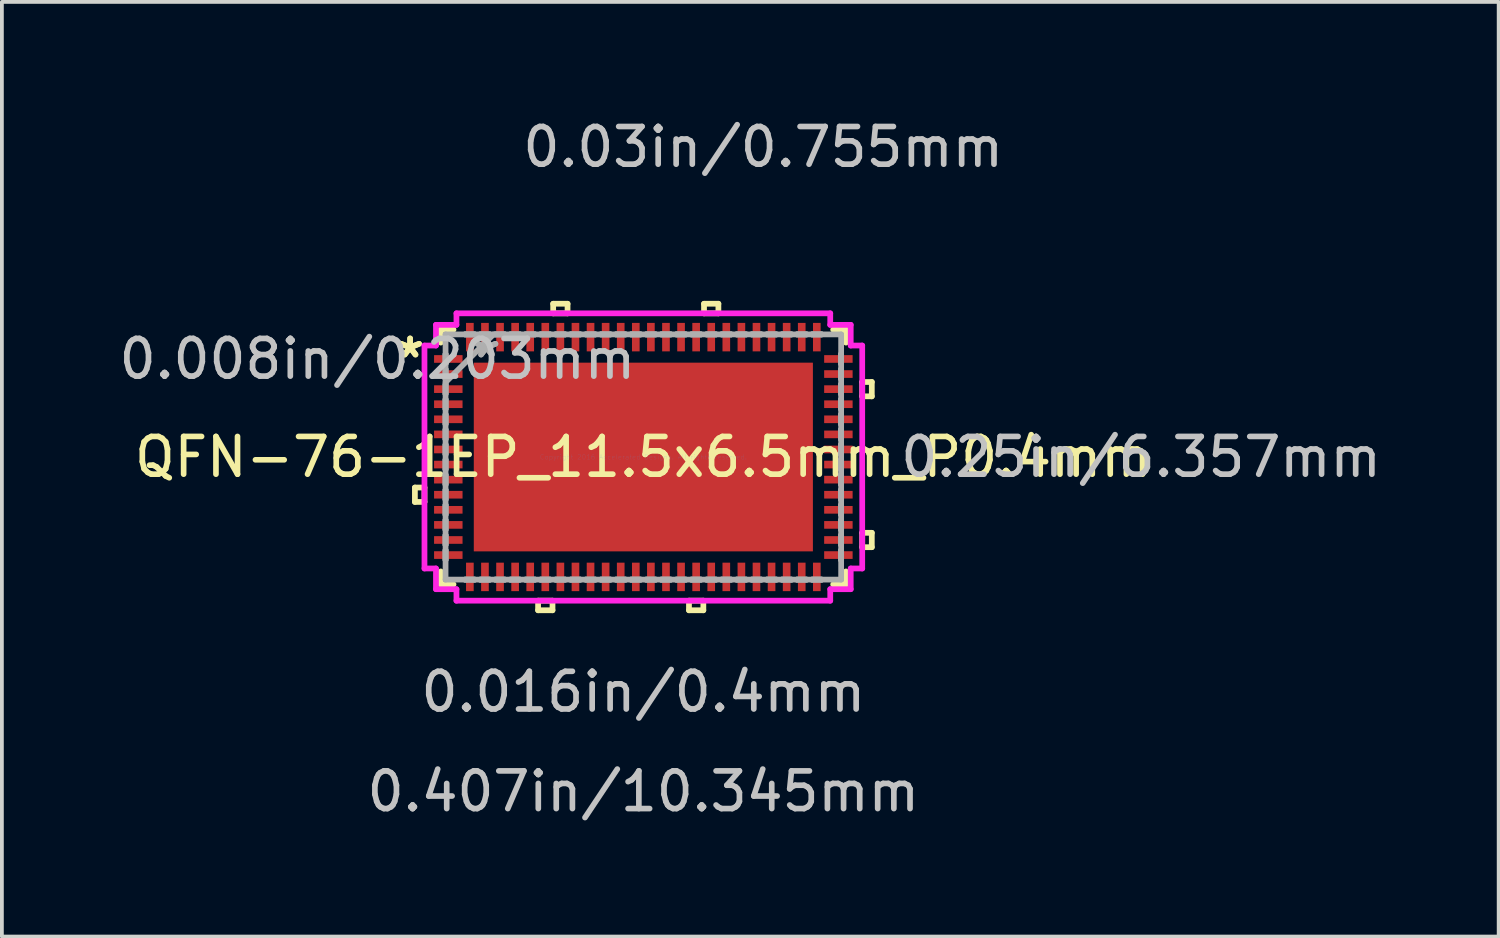
<source format=kicad_pcb>
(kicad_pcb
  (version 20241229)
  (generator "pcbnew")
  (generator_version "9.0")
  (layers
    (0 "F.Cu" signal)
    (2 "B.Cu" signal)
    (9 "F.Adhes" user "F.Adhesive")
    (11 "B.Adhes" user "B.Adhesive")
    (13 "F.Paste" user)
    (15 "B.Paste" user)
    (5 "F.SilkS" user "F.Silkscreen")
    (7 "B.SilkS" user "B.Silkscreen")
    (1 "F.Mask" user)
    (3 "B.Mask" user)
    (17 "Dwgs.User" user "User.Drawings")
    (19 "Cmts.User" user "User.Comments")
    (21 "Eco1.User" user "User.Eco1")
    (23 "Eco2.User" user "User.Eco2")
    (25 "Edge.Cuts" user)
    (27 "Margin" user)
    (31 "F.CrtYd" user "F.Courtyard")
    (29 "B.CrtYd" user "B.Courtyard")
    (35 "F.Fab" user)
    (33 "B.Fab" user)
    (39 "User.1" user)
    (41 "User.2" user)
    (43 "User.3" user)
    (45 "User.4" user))
  (footprint "QFN-76-1EP_11.5x6.5mm_P0.4mm"
    (layer "F.Cu")
    (at 14.01 9.069)
    (property "Reference" "QFN-76-1EP_11.5x6.5mm_P0.4mm" (at 0 0 0) (layer "F.SilkS") (effects (font (size 1 1) (thickness 0.15))))
    (attr smd)
    (fp_line (start -6.058 0.81) (end -6.058 1.191) (stroke (width 0.152) (type solid)) (layer "F.SilkS"))
    (fp_line (start -6.058 1.191) (end -5.804 1.191) (stroke (width 0.152) (type solid)) (layer "F.SilkS"))
    (fp_line (start -5.804 0.81) (end -6.058 0.81) (stroke (width 0.152) (type solid)) (layer "F.SilkS"))
    (fp_line (start -5.804 1.191) (end -5.804 0.81) (stroke (width 0.152) (type solid)) (layer "F.SilkS"))
    (fp_line (start -5.372 -3.378) (end -5.372 -3.034) (stroke (width 0.152) (type solid)) (layer "F.SilkS"))
    (fp_line (start -5.372 3.034) (end -5.372 3.378) (stroke (width 0.152) (type solid)) (layer "F.SilkS"))
    (fp_line (start -5.372 3.378) (end -5.034 3.378) (stroke (width 0.152) (type solid)) (layer "F.SilkS"))
    (fp_line (start -5.034 -3.378) (end -5.372 -3.378) (stroke (width 0.152) (type solid)) (layer "F.SilkS"))
    (fp_line (start -2.791 3.81) (end -2.791 4.064) (stroke (width 0.152) (type solid)) (layer "F.SilkS"))
    (fp_line (start -2.791 4.064) (end -2.409 4.064) (stroke (width 0.152) (type solid)) (layer "F.SilkS"))
    (fp_line (start -2.409 3.81) (end -2.791 3.81) (stroke (width 0.152) (type solid)) (layer "F.SilkS"))
    (fp_line (start -2.409 4.064) (end -2.409 3.81) (stroke (width 0.152) (type solid)) (layer "F.SilkS"))
    (fp_line (start -2.391 -4.064) (end -2.01 -4.064) (stroke (width 0.152) (type solid)) (layer "F.SilkS"))
    (fp_line (start -2.391 -3.81) (end -2.391 -4.064) (stroke (width 0.152) (type solid)) (layer "F.SilkS"))
    (fp_line (start -2.01 -4.064) (end -2.01 -3.81) (stroke (width 0.152) (type solid)) (layer "F.SilkS"))
    (fp_line (start -2.01 -3.81) (end -2.391 -3.81) (stroke (width 0.152) (type solid)) (layer "F.SilkS"))
    (fp_line (start 1.21 3.81) (end 1.21 4.064) (stroke (width 0.152) (type solid)) (layer "F.SilkS"))
    (fp_line (start 1.21 4.064) (end 1.591 4.064) (stroke (width 0.152) (type solid)) (layer "F.SilkS"))
    (fp_line (start 1.591 3.81) (end 1.21 3.81) (stroke (width 0.152) (type solid)) (layer "F.SilkS"))
    (fp_line (start 1.591 4.064) (end 1.591 3.81) (stroke (width 0.152) (type solid)) (layer "F.SilkS"))
    (fp_line (start 1.609 -4.064) (end 1.99 -4.064) (stroke (width 0.152) (type solid)) (layer "F.SilkS"))
    (fp_line (start 1.609 -3.81) (end 1.609 -4.064) (stroke (width 0.152) (type solid)) (layer "F.SilkS"))
    (fp_line (start 1.99 -4.064) (end 1.99 -3.81) (stroke (width 0.152) (type solid)) (layer "F.SilkS"))
    (fp_line (start 1.99 -3.81) (end 1.609 -3.81) (stroke (width 0.152) (type solid)) (layer "F.SilkS"))
    (fp_line (start 5.034 3.378) (end 5.372 3.378) (stroke (width 0.152) (type solid)) (layer "F.SilkS"))
    (fp_line (start 5.372 -3.378) (end 5.034 -3.378) (stroke (width 0.152) (type solid)) (layer "F.SilkS"))
    (fp_line (start 5.372 -3.034) (end 5.372 -3.378) (stroke (width 0.152) (type solid)) (layer "F.SilkS"))
    (fp_line (start 5.372 3.378) (end 5.372 3.034) (stroke (width 0.152) (type solid)) (layer "F.SilkS"))
    (fp_line (start 5.804 -1.99) (end 6.058 -1.99) (stroke (width 0.152) (type solid)) (layer "F.SilkS"))
    (fp_line (start 5.804 -1.609) (end 5.804 -1.99) (stroke (width 0.152) (type solid)) (layer "F.SilkS"))
    (fp_line (start 5.804 2.01) (end 6.058 2.01) (stroke (width 0.152) (type solid)) (layer "F.SilkS"))
    (fp_line (start 5.804 2.391) (end 5.804 2.01) (stroke (width 0.152) (type solid)) (layer "F.SilkS"))
    (fp_line (start 6.058 -1.99) (end 6.058 -1.609) (stroke (width 0.152) (type solid)) (layer "F.SilkS"))
    (fp_line (start 6.058 -1.609) (end 5.804 -1.609) (stroke (width 0.152) (type solid)) (layer "F.SilkS"))
    (fp_line (start 6.058 2.01) (end 6.058 2.391) (stroke (width 0.152) (type solid)) (layer "F.SilkS"))
    (fp_line (start 6.058 2.391) (end 5.804 2.391) (stroke (width 0.152) (type solid)) (layer "F.SilkS"))
    (fp_line (start -5.804 -2.956) (end -5.499 -2.956) (stroke (width 0.152) (type solid)) (layer "F.CrtYd"))
    (fp_line (start -5.804 2.956) (end -5.804 -2.956) (stroke (width 0.152) (type solid)) (layer "F.CrtYd"))
    (fp_line (start -5.499 -3.505) (end -4.956 -3.505) (stroke (width 0.152) (type solid)) (layer "F.CrtYd"))
    (fp_line (start -5.499 -2.956) (end -5.499 -3.505) (stroke (width 0.152) (type solid)) (layer "F.CrtYd"))
    (fp_line (start -5.499 2.956) (end -5.804 2.956) (stroke (width 0.152) (type solid)) (layer "F.CrtYd"))
    (fp_line (start -5.499 3.505) (end -5.499 2.956) (stroke (width 0.152) (type solid)) (layer "F.CrtYd"))
    (fp_line (start -4.956 -3.81) (end 4.956 -3.81) (stroke (width 0.152) (type solid)) (layer "F.CrtYd"))
    (fp_line (start -4.956 -3.505) (end -4.956 -3.81) (stroke (width 0.152) (type solid)) (layer "F.CrtYd"))
    (fp_line (start -4.956 3.505) (end -5.499 3.505) (stroke (width 0.152) (type solid)) (layer "F.CrtYd"))
    (fp_line (start -4.956 3.81) (end -4.956 3.505) (stroke (width 0.152) (type solid)) (layer "F.CrtYd"))
    (fp_line (start 4.956 -3.81) (end 4.956 -3.505) (stroke (width 0.152) (type solid)) (layer "F.CrtYd"))
    (fp_line (start 4.956 -3.505) (end 5.499 -3.505) (stroke (width 0.152) (type solid)) (layer "F.CrtYd"))
    (fp_line (start 4.956 3.505) (end 4.956 3.81) (stroke (width 0.152) (type solid)) (layer "F.CrtYd"))
    (fp_line (start 4.956 3.81) (end -4.956 3.81) (stroke (width 0.152) (type solid)) (layer "F.CrtYd"))
    (fp_line (start 5.499 -3.505) (end 5.499 -2.956) (stroke (width 0.152) (type solid)) (layer "F.CrtYd"))
    (fp_line (start 5.499 -2.956) (end 5.804 -2.956) (stroke (width 0.152) (type solid)) (layer "F.CrtYd"))
    (fp_line (start 5.499 2.956) (end 5.499 3.505) (stroke (width 0.152) (type solid)) (layer "F.CrtYd"))
    (fp_line (start 5.499 3.505) (end 4.956 3.505) (stroke (width 0.152) (type solid)) (layer "F.CrtYd"))
    (fp_line (start 5.804 -2.956) (end 5.804 2.956) (stroke (width 0.152) (type solid)) (layer "F.CrtYd"))
    (fp_line (start 5.804 2.956) (end 5.499 2.956) (stroke (width 0.152) (type solid)) (layer "F.CrtYd"))
    (fp_line (start -5.245 -3.251) (end -5.245 3.251) (stroke (width 0.152) (type solid)) (layer "F.Fab"))
    (fp_line (start -5.245 -2.727) (end -5.245 -2.727) (stroke (width 0.152) (type solid)) (layer "F.Fab"))
    (fp_line (start -5.245 -2.727) (end -5.245 -2.473) (stroke (width 0.152) (type solid)) (layer "F.Fab"))
    (fp_line (start -5.245 -2.473) (end -5.245 -2.727) (stroke (width 0.152) (type solid)) (layer "F.Fab"))
    (fp_line (start -5.245 -2.473) (end -5.245 -2.473) (stroke (width 0.152) (type solid)) (layer "F.Fab"))
    (fp_line (start -5.245 -2.327) (end -5.245 -2.327) (stroke (width 0.152) (type solid)) (layer "F.Fab"))
    (fp_line (start -5.245 -2.327) (end -5.245 -2.073) (stroke (width 0.152) (type solid)) (layer "F.Fab"))
    (fp_line (start -5.245 -2.073) (end -5.245 -2.327) (stroke (width 0.152) (type solid)) (layer "F.Fab"))
    (fp_line (start -5.245 -2.073) (end -5.245 -2.073) (stroke (width 0.152) (type solid)) (layer "F.Fab"))
    (fp_line (start -5.245 -1.981) (end -3.975 -3.251) (stroke (width 0.152) (type solid)) (layer "F.Fab"))
    (fp_line (start -5.245 -1.927) (end -5.245 -1.927) (stroke (width 0.152) (type solid)) (layer "F.Fab"))
    (fp_line (start -5.245 -1.927) (end -5.245 -1.673) (stroke (width 0.152) (type solid)) (layer "F.Fab"))
    (fp_line (start -5.245 -1.673) (end -5.245 -1.927) (stroke (width 0.152) (type solid)) (layer "F.Fab"))
    (fp_line (start -5.245 -1.673) (end -5.245 -1.673) (stroke (width 0.152) (type solid)) (layer "F.Fab"))
    (fp_line (start -5.245 -1.527) (end -5.245 -1.527) (stroke (width 0.152) (type solid)) (layer "F.Fab"))
    (fp_line (start -5.245 -1.527) (end -5.245 -1.273) (stroke (width 0.152) (type solid)) (layer "F.Fab"))
    (fp_line (start -5.245 -1.273) (end -5.245 -1.527) (stroke (width 0.152) (type solid)) (layer "F.Fab"))
    (fp_line (start -5.245 -1.273) (end -5.245 -1.273) (stroke (width 0.152) (type solid)) (layer "F.Fab"))
    (fp_line (start -5.245 -1.127) (end -5.245 -1.127) (stroke (width 0.152) (type solid)) (layer "F.Fab"))
    (fp_line (start -5.245 -1.127) (end -5.245 -0.873) (stroke (width 0.152) (type solid)) (layer "F.Fab"))
    (fp_line (start -5.245 -0.873) (end -5.245 -1.127) (stroke (width 0.152) (type solid)) (layer "F.Fab"))
    (fp_line (start -5.245 -0.873) (end -5.245 -0.873) (stroke (width 0.152) (type solid)) (layer "F.Fab"))
    (fp_line (start -5.245 -0.727) (end -5.245 -0.727) (stroke (width 0.152) (type solid)) (layer "F.Fab"))
    (fp_line (start -5.245 -0.727) (end -5.245 -0.473) (stroke (width 0.152) (type solid)) (layer "F.Fab"))
    (fp_line (start -5.245 -0.473) (end -5.245 -0.727) (stroke (width 0.152) (type solid)) (layer "F.Fab"))
    (fp_line (start -5.245 -0.473) (end -5.245 -0.473) (stroke (width 0.152) (type solid)) (layer "F.Fab"))
    (fp_line (start -5.245 -0.327) (end -5.245 -0.327) (stroke (width 0.152) (type solid)) (layer "F.Fab"))
    (fp_line (start -5.245 -0.327) (end -5.245 -0.073) (stroke (width 0.152) (type solid)) (layer "F.Fab"))
    (fp_line (start -5.245 -0.073) (end -5.245 -0.327) (stroke (width 0.152) (type solid)) (layer "F.Fab"))
    (fp_line (start -5.245 -0.073) (end -5.245 -0.073) (stroke (width 0.152) (type solid)) (layer "F.Fab"))
    (fp_line (start -5.245 0.073) (end -5.245 0.073) (stroke (width 0.152) (type solid)) (layer "F.Fab"))
    (fp_line (start -5.245 0.073) (end -5.245 0.327) (stroke (width 0.152) (type solid)) (layer "F.Fab"))
    (fp_line (start -5.245 0.327) (end -5.245 0.073) (stroke (width 0.152) (type solid)) (layer "F.Fab"))
    (fp_line (start -5.245 0.327) (end -5.245 0.327) (stroke (width 0.152) (type solid)) (layer "F.Fab"))
    (fp_line (start -5.245 0.473) (end -5.245 0.473) (stroke (width 0.152) (type solid)) (layer "F.Fab"))
    (fp_line (start -5.245 0.473) (end -5.245 0.727) (stroke (width 0.152) (type solid)) (layer "F.Fab"))
    (fp_line (start -5.245 0.727) (end -5.245 0.473) (stroke (width 0.152) (type solid)) (layer "F.Fab"))
    (fp_line (start -5.245 0.727) (end -5.245 0.727) (stroke (width 0.152) (type solid)) (layer "F.Fab"))
    (fp_line (start -5.245 0.873) (end -5.245 0.873) (stroke (width 0.152) (type solid)) (layer "F.Fab"))
    (fp_line (start -5.245 0.873) (end -5.245 1.127) (stroke (width 0.152) (type solid)) (layer "F.Fab"))
    (fp_line (start -5.245 1.127) (end -5.245 0.873) (stroke (width 0.152) (type solid)) (layer "F.Fab"))
    (fp_line (start -5.245 1.127) (end -5.245 1.127) (stroke (width 0.152) (type solid)) (layer "F.Fab"))
    (fp_line (start -5.245 1.273) (end -5.245 1.273) (stroke (width 0.152) (type solid)) (layer "F.Fab"))
    (fp_line (start -5.245 1.273) (end -5.245 1.527) (stroke (width 0.152) (type solid)) (layer "F.Fab"))
    (fp_line (start -5.245 1.527) (end -5.245 1.273) (stroke (width 0.152) (type solid)) (layer "F.Fab"))
    (fp_line (start -5.245 1.527) (end -5.245 1.527) (stroke (width 0.152) (type solid)) (layer "F.Fab"))
    (fp_line (start -5.245 1.673) (end -5.245 1.673) (stroke (width 0.152) (type solid)) (layer "F.Fab"))
    (fp_line (start -5.245 1.673) (end -5.245 1.927) (stroke (width 0.152) (type solid)) (layer "F.Fab"))
    (fp_line (start -5.245 1.927) (end -5.245 1.673) (stroke (width 0.152) (type solid)) (layer "F.Fab"))
    (fp_line (start -5.245 1.927) (end -5.245 1.927) (stroke (width 0.152) (type solid)) (layer "F.Fab"))
    (fp_line (start -5.245 2.073) (end -5.245 2.073) (stroke (width 0.152) (type solid)) (layer "F.Fab"))
    (fp_line (start -5.245 2.073) (end -5.245 2.327) (stroke (width 0.152) (type solid)) (layer "F.Fab"))
    (fp_line (start -5.245 2.327) (end -5.245 2.073) (stroke (width 0.152) (type solid)) (layer "F.Fab"))
    (fp_line (start -5.245 2.327) (end -5.245 2.327) (stroke (width 0.152) (type solid)) (layer "F.Fab"))
    (fp_line (start -5.245 2.473) (end -5.245 2.473) (stroke (width 0.152) (type solid)) (layer "F.Fab"))
    (fp_line (start -5.245 2.473) (end -5.245 2.727) (stroke (width 0.152) (type solid)) (layer "F.Fab"))
    (fp_line (start -5.245 2.727) (end -5.245 2.473) (stroke (width 0.152) (type solid)) (layer "F.Fab"))
    (fp_line (start -5.245 2.727) (end -5.245 2.727) (stroke (width 0.152) (type solid)) (layer "F.Fab"))
    (fp_line (start -5.245 3.251) (end 5.245 3.251) (stroke (width 0.152) (type solid)) (layer "F.Fab"))
    (fp_line (start -4.727 -3.251) (end -4.727 -3.251) (stroke (width 0.152) (type solid)) (layer "F.Fab"))
    (fp_line (start -4.727 -3.251) (end -4.473 -3.251) (stroke (width 0.152) (type solid)) (layer "F.Fab"))
    (fp_line (start -4.727 3.251) (end -4.727 3.251) (stroke (width 0.152) (type solid)) (layer "F.Fab"))
    (fp_line (start -4.727 3.251) (end -4.473 3.251) (stroke (width 0.152) (type solid)) (layer "F.Fab"))
    (fp_line (start -4.473 -3.251) (end -4.727 -3.251) (stroke (width 0.152) (type solid)) (layer "F.Fab"))
    (fp_line (start -4.473 -3.251) (end -4.473 -3.251) (stroke (width 0.152) (type solid)) (layer "F.Fab"))
    (fp_line (start -4.473 3.251) (end -4.727 3.251) (stroke (width 0.152) (type solid)) (layer "F.Fab"))
    (fp_line (start -4.473 3.251) (end -4.473 3.251) (stroke (width 0.152) (type solid)) (layer "F.Fab"))
    (fp_line (start -4.327 -3.251) (end -4.327 -3.251) (stroke (width 0.152) (type solid)) (layer "F.Fab"))
    (fp_line (start -4.327 -3.251) (end -4.073 -3.251) (stroke (width 0.152) (type solid)) (layer "F.Fab"))
    (fp_line (start -4.327 3.251) (end -4.327 3.251) (stroke (width 0.152) (type solid)) (layer "F.Fab"))
    (fp_line (start -4.327 3.251) (end -4.073 3.251) (stroke (width 0.152) (type solid)) (layer "F.Fab"))
    (fp_line (start -4.073 -3.251) (end -4.327 -3.251) (stroke (width 0.152) (type solid)) (layer "F.Fab"))
    (fp_line (start -4.073 -3.251) (end -4.073 -3.251) (stroke (width 0.152) (type solid)) (layer "F.Fab"))
    (fp_line (start -4.073 3.251) (end -4.327 3.251) (stroke (width 0.152) (type solid)) (layer "F.Fab"))
    (fp_line (start -4.073 3.251) (end -4.073 3.251) (stroke (width 0.152) (type solid)) (layer "F.Fab"))
    (fp_line (start -3.927 -3.251) (end -3.927 -3.251) (stroke (width 0.152) (type solid)) (layer "F.Fab"))
    (fp_line (start -3.927 -3.251) (end -3.673 -3.251) (stroke (width 0.152) (type solid)) (layer "F.Fab"))
    (fp_line (start -3.927 3.251) (end -3.927 3.251) (stroke (width 0.152) (type solid)) (layer "F.Fab"))
    (fp_line (start -3.927 3.251) (end -3.673 3.251) (stroke (width 0.152) (type solid)) (layer "F.Fab"))
    (fp_line (start -3.673 -3.251) (end -3.927 -3.251) (stroke (width 0.152) (type solid)) (layer "F.Fab"))
    (fp_line (start -3.673 -3.251) (end -3.673 -3.251) (stroke (width 0.152) (type solid)) (layer "F.Fab"))
    (fp_line (start -3.673 3.251) (end -3.927 3.251) (stroke (width 0.152) (type solid)) (layer "F.Fab"))
    (fp_line (start -3.673 3.251) (end -3.673 3.251) (stroke (width 0.152) (type solid)) (layer "F.Fab"))
    (fp_line (start -3.527 -3.251) (end -3.527 -3.251) (stroke (width 0.152) (type solid)) (layer "F.Fab"))
    (fp_line (start -3.527 -3.251) (end -3.273 -3.251) (stroke (width 0.152) (type solid)) (layer "F.Fab"))
    (fp_line (start -3.527 3.251) (end -3.527 3.251) (stroke (width 0.152) (type solid)) (layer "F.Fab"))
    (fp_line (start -3.527 3.251) (end -3.273 3.251) (stroke (width 0.152) (type solid)) (layer "F.Fab"))
    (fp_line (start -3.273 -3.251) (end -3.527 -3.251) (stroke (width 0.152) (type solid)) (layer "F.Fab"))
    (fp_line (start -3.273 -3.251) (end -3.273 -3.251) (stroke (width 0.152) (type solid)) (layer "F.Fab"))
    (fp_line (start -3.273 3.251) (end -3.527 3.251) (stroke (width 0.152) (type solid)) (layer "F.Fab"))
    (fp_line (start -3.273 3.251) (end -3.273 3.251) (stroke (width 0.152) (type solid)) (layer "F.Fab"))
    (fp_line (start -3.127 -3.251) (end -3.127 -3.251) (stroke (width 0.152) (type solid)) (layer "F.Fab"))
    (fp_line (start -3.127 -3.251) (end -2.873 -3.251) (stroke (width 0.152) (type solid)) (layer "F.Fab"))
    (fp_line (start -3.127 3.251) (end -3.127 3.251) (stroke (width 0.152) (type solid)) (layer "F.Fab"))
    (fp_line (start -3.127 3.251) (end -2.873 3.251) (stroke (width 0.152) (type solid)) (layer "F.Fab"))
    (fp_line (start -2.873 -3.251) (end -3.127 -3.251) (stroke (width 0.152) (type solid)) (layer "F.Fab"))
    (fp_line (start -2.873 -3.251) (end -2.873 -3.251) (stroke (width 0.152) (type solid)) (layer "F.Fab"))
    (fp_line (start -2.873 3.251) (end -3.127 3.251) (stroke (width 0.152) (type solid)) (layer "F.Fab"))
    (fp_line (start -2.873 3.251) (end -2.873 3.251) (stroke (width 0.152) (type solid)) (layer "F.Fab"))
    (fp_line (start -2.727 -3.251) (end -2.727 -3.251) (stroke (width 0.152) (type solid)) (layer "F.Fab"))
    (fp_line (start -2.727 -3.251) (end -2.473 -3.251) (stroke (width 0.152) (type solid)) (layer "F.Fab"))
    (fp_line (start -2.727 3.251) (end -2.727 3.251) (stroke (width 0.152) (type solid)) (layer "F.Fab"))
    (fp_line (start -2.727 3.251) (end -2.473 3.251) (stroke (width 0.152) (type solid)) (layer "F.Fab"))
    (fp_line (start -2.473 -3.251) (end -2.727 -3.251) (stroke (width 0.152) (type solid)) (layer "F.Fab"))
    (fp_line (start -2.473 -3.251) (end -2.473 -3.251) (stroke (width 0.152) (type solid)) (layer "F.Fab"))
    (fp_line (start -2.473 3.251) (end -2.727 3.251) (stroke (width 0.152) (type solid)) (layer "F.Fab"))
    (fp_line (start -2.473 3.251) (end -2.473 3.251) (stroke (width 0.152) (type solid)) (layer "F.Fab"))
    (fp_line (start -2.327 -3.251) (end -2.327 -3.251) (stroke (width 0.152) (type solid)) (layer "F.Fab"))
    (fp_line (start -2.327 -3.251) (end -2.073 -3.251) (stroke (width 0.152) (type solid)) (layer "F.Fab"))
    (fp_line (start -2.327 3.251) (end -2.327 3.251) (stroke (width 0.152) (type solid)) (layer "F.Fab"))
    (fp_line (start -2.327 3.251) (end -2.073 3.251) (stroke (width 0.152) (type solid)) (layer "F.Fab"))
    (fp_line (start -2.073 -3.251) (end -2.327 -3.251) (stroke (width 0.152) (type solid)) (layer "F.Fab"))
    (fp_line (start -2.073 -3.251) (end -2.073 -3.251) (stroke (width 0.152) (type solid)) (layer "F.Fab"))
    (fp_line (start -2.073 3.251) (end -2.327 3.251) (stroke (width 0.152) (type solid)) (layer "F.Fab"))
    (fp_line (start -2.073 3.251) (end -2.073 3.251) (stroke (width 0.152) (type solid)) (layer "F.Fab"))
    (fp_line (start -1.927 -3.251) (end -1.927 -3.251) (stroke (width 0.152) (type solid)) (layer "F.Fab"))
    (fp_line (start -1.927 -3.251) (end -1.673 -3.251) (stroke (width 0.152) (type solid)) (layer "F.Fab"))
    (fp_line (start -1.927 3.251) (end -1.927 3.251) (stroke (width 0.152) (type solid)) (layer "F.Fab"))
    (fp_line (start -1.927 3.251) (end -1.673 3.251) (stroke (width 0.152) (type solid)) (layer "F.Fab"))
    (fp_line (start -1.673 -3.251) (end -1.927 -3.251) (stroke (width 0.152) (type solid)) (layer "F.Fab"))
    (fp_line (start -1.673 -3.251) (end -1.673 -3.251) (stroke (width 0.152) (type solid)) (layer "F.Fab"))
    (fp_line (start -1.673 3.251) (end -1.927 3.251) (stroke (width 0.152) (type solid)) (layer "F.Fab"))
    (fp_line (start -1.673 3.251) (end -1.673 3.251) (stroke (width 0.152) (type solid)) (layer "F.Fab"))
    (fp_line (start -1.527 -3.251) (end -1.527 -3.251) (stroke (width 0.152) (type solid)) (layer "F.Fab"))
    (fp_line (start -1.527 -3.251) (end -1.273 -3.251) (stroke (width 0.152) (type solid)) (layer "F.Fab"))
    (fp_line (start -1.527 3.251) (end -1.527 3.251) (stroke (width 0.152) (type solid)) (layer "F.Fab"))
    (fp_line (start -1.527 3.251) (end -1.273 3.251) (stroke (width 0.152) (type solid)) (layer "F.Fab"))
    (fp_line (start -1.273 -3.251) (end -1.527 -3.251) (stroke (width 0.152) (type solid)) (layer "F.Fab"))
    (fp_line (start -1.273 -3.251) (end -1.273 -3.251) (stroke (width 0.152) (type solid)) (layer "F.Fab"))
    (fp_line (start -1.273 3.251) (end -1.527 3.251) (stroke (width 0.152) (type solid)) (layer "F.Fab"))
    (fp_line (start -1.273 3.251) (end -1.273 3.251) (stroke (width 0.152) (type solid)) (layer "F.Fab"))
    (fp_line (start -1.127 -3.251) (end -1.127 -3.251) (stroke (width 0.152) (type solid)) (layer "F.Fab"))
    (fp_line (start -1.127 -3.251) (end -0.873 -3.251) (stroke (width 0.152) (type solid)) (layer "F.Fab"))
    (fp_line (start -1.127 3.251) (end -1.127 3.251) (stroke (width 0.152) (type solid)) (layer "F.Fab"))
    (fp_line (start -1.127 3.251) (end -0.873 3.251) (stroke (width 0.152) (type solid)) (layer "F.Fab"))
    (fp_line (start -0.873 -3.251) (end -1.127 -3.251) (stroke (width 0.152) (type solid)) (layer "F.Fab"))
    (fp_line (start -0.873 -3.251) (end -0.873 -3.251) (stroke (width 0.152) (type solid)) (layer "F.Fab"))
    (fp_line (start -0.873 3.251) (end -1.127 3.251) (stroke (width 0.152) (type solid)) (layer "F.Fab"))
    (fp_line (start -0.873 3.251) (end -0.873 3.251) (stroke (width 0.152) (type solid)) (layer "F.Fab"))
    (fp_line (start -0.727 -3.251) (end -0.727 -3.251) (stroke (width 0.152) (type solid)) (layer "F.Fab"))
    (fp_line (start -0.727 -3.251) (end -0.473 -3.251) (stroke (width 0.152) (type solid)) (layer "F.Fab"))
    (fp_line (start -0.727 3.251) (end -0.727 3.251) (stroke (width 0.152) (type solid)) (layer "F.Fab"))
    (fp_line (start -0.727 3.251) (end -0.473 3.251) (stroke (width 0.152) (type solid)) (layer "F.Fab"))
    (fp_line (start -0.473 -3.251) (end -0.727 -3.251) (stroke (width 0.152) (type solid)) (layer "F.Fab"))
    (fp_line (start -0.473 -3.251) (end -0.473 -3.251) (stroke (width 0.152) (type solid)) (layer "F.Fab"))
    (fp_line (start -0.473 3.251) (end -0.727 3.251) (stroke (width 0.152) (type solid)) (layer "F.Fab"))
    (fp_line (start -0.473 3.251) (end -0.473 3.251) (stroke (width 0.152) (type solid)) (layer "F.Fab"))
    (fp_line (start -0.327 -3.251) (end -0.327 -3.251) (stroke (width 0.152) (type solid)) (layer "F.Fab"))
    (fp_line (start -0.327 -3.251) (end -0.073 -3.251) (stroke (width 0.152) (type solid)) (layer "F.Fab"))
    (fp_line (start -0.327 3.251) (end -0.327 3.251) (stroke (width 0.152) (type solid)) (layer "F.Fab"))
    (fp_line (start -0.327 3.251) (end -0.073 3.251) (stroke (width 0.152) (type solid)) (layer "F.Fab"))
    (fp_line (start -0.073 -3.251) (end -0.327 -3.251) (stroke (width 0.152) (type solid)) (layer "F.Fab"))
    (fp_line (start -0.073 -3.251) (end -0.073 -3.251) (stroke (width 0.152) (type solid)) (layer "F.Fab"))
    (fp_line (start -0.073 3.251) (end -0.327 3.251) (stroke (width 0.152) (type solid)) (layer "F.Fab"))
    (fp_line (start -0.073 3.251) (end -0.073 3.251) (stroke (width 0.152) (type solid)) (layer "F.Fab"))
    (fp_line (start 0.073 -3.251) (end 0.073 -3.251) (stroke (width 0.152) (type solid)) (layer "F.Fab"))
    (fp_line (start 0.073 -3.251) (end 0.327 -3.251) (stroke (width 0.152) (type solid)) (layer "F.Fab"))
    (fp_line (start 0.073 3.251) (end 0.073 3.251) (stroke (width 0.152) (type solid)) (layer "F.Fab"))
    (fp_line (start 0.073 3.251) (end 0.327 3.251) (stroke (width 0.152) (type solid)) (layer "F.Fab"))
    (fp_line (start 0.327 -3.251) (end 0.073 -3.251) (stroke (width 0.152) (type solid)) (layer "F.Fab"))
    (fp_line (start 0.327 -3.251) (end 0.327 -3.251) (stroke (width 0.152) (type solid)) (layer "F.Fab"))
    (fp_line (start 0.327 3.251) (end 0.073 3.251) (stroke (width 0.152) (type solid)) (layer "F.Fab"))
    (fp_line (start 0.327 3.251) (end 0.327 3.251) (stroke (width 0.152) (type solid)) (layer "F.Fab"))
    (fp_line (start 0.473 -3.251) (end 0.473 -3.251) (stroke (width 0.152) (type solid)) (layer "F.Fab"))
    (fp_line (start 0.473 -3.251) (end 0.727 -3.251) (stroke (width 0.152) (type solid)) (layer "F.Fab"))
    (fp_line (start 0.473 3.251) (end 0.473 3.251) (stroke (width 0.152) (type solid)) (layer "F.Fab"))
    (fp_line (start 0.473 3.251) (end 0.727 3.251) (stroke (width 0.152) (type solid)) (layer "F.Fab"))
    (fp_line (start 0.727 -3.251) (end 0.473 -3.251) (stroke (width 0.152) (type solid)) (layer "F.Fab"))
    (fp_line (start 0.727 -3.251) (end 0.727 -3.251) (stroke (width 0.152) (type solid)) (layer "F.Fab"))
    (fp_line (start 0.727 3.251) (end 0.473 3.251) (stroke (width 0.152) (type solid)) (layer "F.Fab"))
    (fp_line (start 0.727 3.251) (end 0.727 3.251) (stroke (width 0.152) (type solid)) (layer "F.Fab"))
    (fp_line (start 0.873 -3.251) (end 0.873 -3.251) (stroke (width 0.152) (type solid)) (layer "F.Fab"))
    (fp_line (start 0.873 -3.251) (end 1.127 -3.251) (stroke (width 0.152) (type solid)) (layer "F.Fab"))
    (fp_line (start 0.873 3.251) (end 0.873 3.251) (stroke (width 0.152) (type solid)) (layer "F.Fab"))
    (fp_line (start 0.873 3.251) (end 1.127 3.251) (stroke (width 0.152) (type solid)) (layer "F.Fab"))
    (fp_line (start 1.127 -3.251) (end 0.873 -3.251) (stroke (width 0.152) (type solid)) (layer "F.Fab"))
    (fp_line (start 1.127 -3.251) (end 1.127 -3.251) (stroke (width 0.152) (type solid)) (layer "F.Fab"))
    (fp_line (start 1.127 3.251) (end 0.873 3.251) (stroke (width 0.152) (type solid)) (layer "F.Fab"))
    (fp_line (start 1.127 3.251) (end 1.127 3.251) (stroke (width 0.152) (type solid)) (layer "F.Fab"))
    (fp_line (start 1.273 -3.251) (end 1.273 -3.251) (stroke (width 0.152) (type solid)) (layer "F.Fab"))
    (fp_line (start 1.273 -3.251) (end 1.527 -3.251) (stroke (width 0.152) (type solid)) (layer "F.Fab"))
    (fp_line (start 1.273 3.251) (end 1.273 3.251) (stroke (width 0.152) (type solid)) (layer "F.Fab"))
    (fp_line (start 1.273 3.251) (end 1.527 3.251) (stroke (width 0.152) (type solid)) (layer "F.Fab"))
    (fp_line (start 1.527 -3.251) (end 1.273 -3.251) (stroke (width 0.152) (type solid)) (layer "F.Fab"))
    (fp_line (start 1.527 -3.251) (end 1.527 -3.251) (stroke (width 0.152) (type solid)) (layer "F.Fab"))
    (fp_line (start 1.527 3.251) (end 1.273 3.251) (stroke (width 0.152) (type solid)) (layer "F.Fab"))
    (fp_line (start 1.527 3.251) (end 1.527 3.251) (stroke (width 0.152) (type solid)) (layer "F.Fab"))
    (fp_line (start 1.673 -3.251) (end 1.673 -3.251) (stroke (width 0.152) (type solid)) (layer "F.Fab"))
    (fp_line (start 1.673 -3.251) (end 1.927 -3.251) (stroke (width 0.152) (type solid)) (layer "F.Fab"))
    (fp_line (start 1.673 3.251) (end 1.673 3.251) (stroke (width 0.152) (type solid)) (layer "F.Fab"))
    (fp_line (start 1.673 3.251) (end 1.927 3.251) (stroke (width 0.152) (type solid)) (layer "F.Fab"))
    (fp_line (start 1.927 -3.251) (end 1.673 -3.251) (stroke (width 0.152) (type solid)) (layer "F.Fab"))
    (fp_line (start 1.927 -3.251) (end 1.927 -3.251) (stroke (width 0.152) (type solid)) (layer "F.Fab"))
    (fp_line (start 1.927 3.251) (end 1.673 3.251) (stroke (width 0.152) (type solid)) (layer "F.Fab"))
    (fp_line (start 1.927 3.251) (end 1.927 3.251) (stroke (width 0.152) (type solid)) (layer "F.Fab"))
    (fp_line (start 2.073 -3.251) (end 2.073 -3.251) (stroke (width 0.152) (type solid)) (layer "F.Fab"))
    (fp_line (start 2.073 -3.251) (end 2.327 -3.251) (stroke (width 0.152) (type solid)) (layer "F.Fab"))
    (fp_line (start 2.073 3.251) (end 2.073 3.251) (stroke (width 0.152) (type solid)) (layer "F.Fab"))
    (fp_line (start 2.073 3.251) (end 2.327 3.251) (stroke (width 0.152) (type solid)) (layer "F.Fab"))
    (fp_line (start 2.327 -3.251) (end 2.073 -3.251) (stroke (width 0.152) (type solid)) (layer "F.Fab"))
    (fp_line (start 2.327 -3.251) (end 2.327 -3.251) (stroke (width 0.152) (type solid)) (layer "F.Fab"))
    (fp_line (start 2.327 3.251) (end 2.073 3.251) (stroke (width 0.152) (type solid)) (layer "F.Fab"))
    (fp_line (start 2.327 3.251) (end 2.327 3.251) (stroke (width 0.152) (type solid)) (layer "F.Fab"))
    (fp_line (start 2.473 -3.251) (end 2.473 -3.251) (stroke (width 0.152) (type solid)) (layer "F.Fab"))
    (fp_line (start 2.473 -3.251) (end 2.727 -3.251) (stroke (width 0.152) (type solid)) (layer "F.Fab"))
    (fp_line (start 2.473 3.251) (end 2.473 3.251) (stroke (width 0.152) (type solid)) (layer "F.Fab"))
    (fp_line (start 2.473 3.251) (end 2.727 3.251) (stroke (width 0.152) (type solid)) (layer "F.Fab"))
    (fp_line (start 2.727 -3.251) (end 2.473 -3.251) (stroke (width 0.152) (type solid)) (layer "F.Fab"))
    (fp_line (start 2.727 -3.251) (end 2.727 -3.251) (stroke (width 0.152) (type solid)) (layer "F.Fab"))
    (fp_line (start 2.727 3.251) (end 2.473 3.251) (stroke (width 0.152) (type solid)) (layer "F.Fab"))
    (fp_line (start 2.727 3.251) (end 2.727 3.251) (stroke (width 0.152) (type solid)) (layer "F.Fab"))
    (fp_line (start 2.873 -3.251) (end 2.873 -3.251) (stroke (width 0.152) (type solid)) (layer "F.Fab"))
    (fp_line (start 2.873 -3.251) (end 3.127 -3.251) (stroke (width 0.152) (type solid)) (layer "F.Fab"))
    (fp_line (start 2.873 3.251) (end 2.873 3.251) (stroke (width 0.152) (type solid)) (layer "F.Fab"))
    (fp_line (start 2.873 3.251) (end 3.127 3.251) (stroke (width 0.152) (type solid)) (layer "F.Fab"))
    (fp_line (start 3.127 -3.251) (end 2.873 -3.251) (stroke (width 0.152) (type solid)) (layer "F.Fab"))
    (fp_line (start 3.127 -3.251) (end 3.127 -3.251) (stroke (width 0.152) (type solid)) (layer "F.Fab"))
    (fp_line (start 3.127 3.251) (end 2.873 3.251) (stroke (width 0.152) (type solid)) (layer "F.Fab"))
    (fp_line (start 3.127 3.251) (end 3.127 3.251) (stroke (width 0.152) (type solid)) (layer "F.Fab"))
    (fp_line (start 3.273 -3.251) (end 3.273 -3.251) (stroke (width 0.152) (type solid)) (layer "F.Fab"))
    (fp_line (start 3.273 -3.251) (end 3.527 -3.251) (stroke (width 0.152) (type solid)) (layer "F.Fab"))
    (fp_line (start 3.273 3.251) (end 3.273 3.251) (stroke (width 0.152) (type solid)) (layer "F.Fab"))
    (fp_line (start 3.273 3.251) (end 3.527 3.251) (stroke (width 0.152) (type solid)) (layer "F.Fab"))
    (fp_line (start 3.527 -3.251) (end 3.273 -3.251) (stroke (width 0.152) (type solid)) (layer "F.Fab"))
    (fp_line (start 3.527 -3.251) (end 3.527 -3.251) (stroke (width 0.152) (type solid)) (layer "F.Fab"))
    (fp_line (start 3.527 3.251) (end 3.273 3.251) (stroke (width 0.152) (type solid)) (layer "F.Fab"))
    (fp_line (start 3.527 3.251) (end 3.527 3.251) (stroke (width 0.152) (type solid)) (layer "F.Fab"))
    (fp_line (start 3.673 -3.251) (end 3.673 -3.251) (stroke (width 0.152) (type solid)) (layer "F.Fab"))
    (fp_line (start 3.673 -3.251) (end 3.927 -3.251) (stroke (width 0.152) (type solid)) (layer "F.Fab"))
    (fp_line (start 3.673 3.251) (end 3.673 3.251) (stroke (width 0.152) (type solid)) (layer "F.Fab"))
    (fp_line (start 3.673 3.251) (end 3.927 3.251) (stroke (width 0.152) (type solid)) (layer "F.Fab"))
    (fp_line (start 3.927 -3.251) (end 3.673 -3.251) (stroke (width 0.152) (type solid)) (layer "F.Fab"))
    (fp_line (start 3.927 -3.251) (end 3.927 -3.251) (stroke (width 0.152) (type solid)) (layer "F.Fab"))
    (fp_line (start 3.927 3.251) (end 3.673 3.251) (stroke (width 0.152) (type solid)) (layer "F.Fab"))
    (fp_line (start 3.927 3.251) (end 3.927 3.251) (stroke (width 0.152) (type solid)) (layer "F.Fab"))
    (fp_line (start 4.073 -3.251) (end 4.073 -3.251) (stroke (width 0.152) (type solid)) (layer "F.Fab"))
    (fp_line (start 4.073 -3.251) (end 4.327 -3.251) (stroke (width 0.152) (type solid)) (layer "F.Fab"))
    (fp_line (start 4.073 3.251) (end 4.073 3.251) (stroke (width 0.152) (type solid)) (layer "F.Fab"))
    (fp_line (start 4.073 3.251) (end 4.327 3.251) (stroke (width 0.152) (type solid)) (layer "F.Fab"))
    (fp_line (start 4.327 -3.251) (end 4.073 -3.251) (stroke (width 0.152) (type solid)) (layer "F.Fab"))
    (fp_line (start 4.327 -3.251) (end 4.327 -3.251) (stroke (width 0.152) (type solid)) (layer "F.Fab"))
    (fp_line (start 4.327 3.251) (end 4.073 3.251) (stroke (width 0.152) (type solid)) (layer "F.Fab"))
    (fp_line (start 4.327 3.251) (end 4.327 3.251) (stroke (width 0.152) (type solid)) (layer "F.Fab"))
    (fp_line (start 4.473 -3.251) (end 4.473 -3.251) (stroke (width 0.152) (type solid)) (layer "F.Fab"))
    (fp_line (start 4.473 -3.251) (end 4.727 -3.251) (stroke (width 0.152) (type solid)) (layer "F.Fab"))
    (fp_line (start 4.473 3.251) (end 4.473 3.251) (stroke (width 0.152) (type solid)) (layer "F.Fab"))
    (fp_line (start 4.473 3.251) (end 4.727 3.251) (stroke (width 0.152) (type solid)) (layer "F.Fab"))
    (fp_line (start 4.727 -3.251) (end 4.473 -3.251) (stroke (width 0.152) (type solid)) (layer "F.Fab"))
    (fp_line (start 4.727 -3.251) (end 4.727 -3.251) (stroke (width 0.152) (type solid)) (layer "F.Fab"))
    (fp_line (start 4.727 3.251) (end 4.473 3.251) (stroke (width 0.152) (type solid)) (layer "F.Fab"))
    (fp_line (start 4.727 3.251) (end 4.727 3.251) (stroke (width 0.152) (type solid)) (layer "F.Fab"))
    (fp_line (start 5.245 -3.251) (end -5.245 -3.251) (stroke (width 0.152) (type solid)) (layer "F.Fab"))
    (fp_line (start 5.245 -2.727) (end 5.245 -2.727) (stroke (width 0.152) (type solid)) (layer "F.Fab"))
    (fp_line (start 5.245 -2.727) (end 5.245 -2.473) (stroke (width 0.152) (type solid)) (layer "F.Fab"))
    (fp_line (start 5.245 -2.473) (end 5.245 -2.727) (stroke (width 0.152) (type solid)) (layer "F.Fab"))
    (fp_line (start 5.245 -2.473) (end 5.245 -2.473) (stroke (width 0.152) (type solid)) (layer "F.Fab"))
    (fp_line (start 5.245 -2.327) (end 5.245 -2.327) (stroke (width 0.152) (type solid)) (layer "F.Fab"))
    (fp_line (start 5.245 -2.327) (end 5.245 -2.073) (stroke (width 0.152) (type solid)) (layer "F.Fab"))
    (fp_line (start 5.245 -2.073) (end 5.245 -2.327) (stroke (width 0.152) (type solid)) (layer "F.Fab"))
    (fp_line (start 5.245 -2.073) (end 5.245 -2.073) (stroke (width 0.152) (type solid)) (layer "F.Fab"))
    (fp_line (start 5.245 -1.927) (end 5.245 -1.927) (stroke (width 0.152) (type solid)) (layer "F.Fab"))
    (fp_line (start 5.245 -1.927) (end 5.245 -1.673) (stroke (width 0.152) (type solid)) (layer "F.Fab"))
    (fp_line (start 5.245 -1.673) (end 5.245 -1.927) (stroke (width 0.152) (type solid)) (layer "F.Fab"))
    (fp_line (start 5.245 -1.673) (end 5.245 -1.673) (stroke (width 0.152) (type solid)) (layer "F.Fab"))
    (fp_line (start 5.245 -1.527) (end 5.245 -1.527) (stroke (width 0.152) (type solid)) (layer "F.Fab"))
    (fp_line (start 5.245 -1.527) (end 5.245 -1.273) (stroke (width 0.152) (type solid)) (layer "F.Fab"))
    (fp_line (start 5.245 -1.273) (end 5.245 -1.527) (stroke (width 0.152) (type solid)) (layer "F.Fab"))
    (fp_line (start 5.245 -1.273) (end 5.245 -1.273) (stroke (width 0.152) (type solid)) (layer "F.Fab"))
    (fp_line (start 5.245 -1.127) (end 5.245 -1.127) (stroke (width 0.152) (type solid)) (layer "F.Fab"))
    (fp_line (start 5.245 -1.127) (end 5.245 -0.873) (stroke (width 0.152) (type solid)) (layer "F.Fab"))
    (fp_line (start 5.245 -0.873) (end 5.245 -1.127) (stroke (width 0.152) (type solid)) (layer "F.Fab"))
    (fp_line (start 5.245 -0.873) (end 5.245 -0.873) (stroke (width 0.152) (type solid)) (layer "F.Fab"))
    (fp_line (start 5.245 -0.727) (end 5.245 -0.727) (stroke (width 0.152) (type solid)) (layer "F.Fab"))
    (fp_line (start 5.245 -0.727) (end 5.245 -0.473) (stroke (width 0.152) (type solid)) (layer "F.Fab"))
    (fp_line (start 5.245 -0.473) (end 5.245 -0.727) (stroke (width 0.152) (type solid)) (layer "F.Fab"))
    (fp_line (start 5.245 -0.473) (end 5.245 -0.473) (stroke (width 0.152) (type solid)) (layer "F.Fab"))
    (fp_line (start 5.245 -0.327) (end 5.245 -0.327) (stroke (width 0.152) (type solid)) (layer "F.Fab"))
    (fp_line (start 5.245 -0.327) (end 5.245 -0.073) (stroke (width 0.152) (type solid)) (layer "F.Fab"))
    (fp_line (start 5.245 -0.073) (end 5.245 -0.327) (stroke (width 0.152) (type solid)) (layer "F.Fab"))
    (fp_line (start 5.245 -0.073) (end 5.245 -0.073) (stroke (width 0.152) (type solid)) (layer "F.Fab"))
    (fp_line (start 5.245 0.073) (end 5.245 0.073) (stroke (width 0.152) (type solid)) (layer "F.Fab"))
    (fp_line (start 5.245 0.073) (end 5.245 0.327) (stroke (width 0.152) (type solid)) (layer "F.Fab"))
    (fp_line (start 5.245 0.327) (end 5.245 0.073) (stroke (width 0.152) (type solid)) (layer "F.Fab"))
    (fp_line (start 5.245 0.327) (end 5.245 0.327) (stroke (width 0.152) (type solid)) (layer "F.Fab"))
    (fp_line (start 5.245 0.473) (end 5.245 0.473) (stroke (width 0.152) (type solid)) (layer "F.Fab"))
    (fp_line (start 5.245 0.473) (end 5.245 0.727) (stroke (width 0.152) (type solid)) (layer "F.Fab"))
    (fp_line (start 5.245 0.727) (end 5.245 0.473) (stroke (width 0.152) (type solid)) (layer "F.Fab"))
    (fp_line (start 5.245 0.727) (end 5.245 0.727) (stroke (width 0.152) (type solid)) (layer "F.Fab"))
    (fp_line (start 5.245 0.873) (end 5.245 0.873) (stroke (width 0.152) (type solid)) (layer "F.Fab"))
    (fp_line (start 5.245 0.873) (end 5.245 1.127) (stroke (width 0.152) (type solid)) (layer "F.Fab"))
    (fp_line (start 5.245 1.127) (end 5.245 0.873) (stroke (width 0.152) (type solid)) (layer "F.Fab"))
    (fp_line (start 5.245 1.127) (end 5.245 1.127) (stroke (width 0.152) (type solid)) (layer "F.Fab"))
    (fp_line (start 5.245 1.273) (end 5.245 1.273) (stroke (width 0.152) (type solid)) (layer "F.Fab"))
    (fp_line (start 5.245 1.273) (end 5.245 1.527) (stroke (width 0.152) (type solid)) (layer "F.Fab"))
    (fp_line (start 5.245 1.527) (end 5.245 1.273) (stroke (width 0.152) (type solid)) (layer "F.Fab"))
    (fp_line (start 5.245 1.527) (end 5.245 1.527) (stroke (width 0.152) (type solid)) (layer "F.Fab"))
    (fp_line (start 5.245 1.673) (end 5.245 1.673) (stroke (width 0.152) (type solid)) (layer "F.Fab"))
    (fp_line (start 5.245 1.673) (end 5.245 1.927) (stroke (width 0.152) (type solid)) (layer "F.Fab"))
    (fp_line (start 5.245 1.927) (end 5.245 1.673) (stroke (width 0.152) (type solid)) (layer "F.Fab"))
    (fp_line (start 5.245 1.927) (end 5.245 1.927) (stroke (width 0.152) (type solid)) (layer "F.Fab"))
    (fp_line (start 5.245 2.073) (end 5.245 2.073) (stroke (width 0.152) (type solid)) (layer "F.Fab"))
    (fp_line (start 5.245 2.073) (end 5.245 2.327) (stroke (width 0.152) (type solid)) (layer "F.Fab"))
    (fp_line (start 5.245 2.327) (end 5.245 2.073) (stroke (width 0.152) (type solid)) (layer "F.Fab"))
    (fp_line (start 5.245 2.327) (end 5.245 2.327) (stroke (width 0.152) (type solid)) (layer "F.Fab"))
    (fp_line (start 5.245 2.473) (end 5.245 2.473) (stroke (width 0.152) (type solid)) (layer "F.Fab"))
    (fp_line (start 5.245 2.473) (end 5.245 2.727) (stroke (width 0.152) (type solid)) (layer "F.Fab"))
    (fp_line (start 5.245 2.727) (end 5.245 2.473) (stroke (width 0.152) (type solid)) (layer "F.Fab"))
    (fp_line (start 5.245 2.727) (end 5.245 2.727) (stroke (width 0.152) (type solid)) (layer "F.Fab"))
    (fp_line (start 5.245 3.251) (end 5.245 -3.251) (stroke (width 0.152) (type solid)) (layer "F.Fab"))
    (fp_text user "*" (at -6.185 -2.6 0) (layer "F.SilkS") (effects (font (size 1 1) (thickness 0.15))))
    (fp_text user "*" (at -6.185 -2.6 0) (layer "F.SilkS") (effects (font (size 1 1) (thickness 0.15))))
    (fp_text user "0.008in/0.203mm" (at -7.052 -2.6 0) (layer "Dwgs.User") (effects (font (size 1 1) (thickness 0.15))))
    (fp_text user "0.25in/6.357mm" (at 13.199 0 0) (layer "Dwgs.User") (effects (font (size 1 1) (thickness 0.15))))
    (fp_text user "0.016in/0.4mm" (at 0 6.227 0) (layer "Dwgs.User") (effects (font (size 1 1) (thickness 0.15))))
    (fp_text user "0.03in/0.755mm" (at 3.179 -8.22 0) (layer "Dwgs.User") (effects (font (size 1 1) (thickness 0.15))))
    (fp_text user "0.407in/10.345mm" (at 0 8.868 0) (layer "Dwgs.User") (effects (font (size 1 1) (thickness 0.15))))
    (fp_text user "Copyright 2016 Accelerated Designs. All rights reserved." (at 0 0 0) (layer "Cmts.User") (effects (font (size 0.127 0.127) (thickness 0.002))))
    (fp_text user "*" (at -4.16 -2.6 0) (layer "F.Fab") (effects (font (size 1 1) (thickness 0.15))))
    (fp_text user "*" (at -4.16 -2.6 0) (layer "F.Fab") (effects (font (size 1 1) (thickness 0.15))))
    (pad "1" smd rect (at -5.172 -2.6 90) (size 0.203 0.755) (layers "F.Cu" "F.Mask" "F.Paste"))
    (pad "2" smd rect (at -5.172 -2.2 90) (size 0.203 0.755) (layers "F.Cu" "F.Mask" "F.Paste"))
    (pad "3" smd rect (at -5.172 -1.8 90) (size 0.203 0.755) (layers "F.Cu" "F.Mask" "F.Paste"))
    (pad "4" smd rect (at -5.172 -1.4 90) (size 0.203 0.755) (layers "F.Cu" "F.Mask" "F.Paste"))
    (pad "5" smd rect (at -5.172 -1 90) (size 0.203 0.755) (layers "F.Cu" "F.Mask" "F.Paste"))
    (pad "6" smd rect (at -5.172 -0.6 90) (size 0.203 0.755) (layers "F.Cu" "F.Mask" "F.Paste"))
    (pad "7" smd rect (at -5.172 -0.2 90) (size 0.203 0.755) (layers "F.Cu" "F.Mask" "F.Paste"))
    (pad "8" smd rect (at -5.172 0.2 90) (size 0.203 0.755) (layers "F.Cu" "F.Mask" "F.Paste"))
    (pad "9" smd rect (at -5.172 0.6 90) (size 0.203 0.755) (layers "F.Cu" "F.Mask" "F.Paste"))
    (pad "10" smd rect (at -5.172 1 90) (size 0.203 0.755) (layers "F.Cu" "F.Mask" "F.Paste"))
    (pad "11" smd rect (at -5.172 1.4 90) (size 0.203 0.755) (layers "F.Cu" "F.Mask" "F.Paste"))
    (pad "12" smd rect (at -5.172 1.8 90) (size 0.203 0.755) (layers "F.Cu" "F.Mask" "F.Paste"))
    (pad "13" smd rect (at -5.172 2.2 90) (size 0.203 0.755) (layers "F.Cu" "F.Mask" "F.Paste"))
    (pad "14" smd rect (at -5.172 2.6 90) (size 0.203 0.755) (layers "F.Cu" "F.Mask" "F.Paste"))
    (pad "15" smd rect (at -4.6 3.179) (size 0.203 0.755) (layers "F.Cu" "F.Mask" "F.Paste"))
    (pad "16" smd rect (at -4.2 3.179) (size 0.203 0.755) (layers "F.Cu" "F.Mask" "F.Paste"))
    (pad "17" smd rect (at -3.8 3.179) (size 0.203 0.755) (layers "F.Cu" "F.Mask" "F.Paste"))
    (pad "18" smd rect (at -3.4 3.179) (size 0.203 0.755) (layers "F.Cu" "F.Mask" "F.Paste"))
    (pad "19" smd rect (at -3 3.179) (size 0.203 0.755) (layers "F.Cu" "F.Mask" "F.Paste"))
    (pad "20" smd rect (at -2.6 3.179) (size 0.203 0.755) (layers "F.Cu" "F.Mask" "F.Paste"))
    (pad "21" smd rect (at -2.2 3.179) (size 0.203 0.755) (layers "F.Cu" "F.Mask" "F.Paste"))
    (pad "22" smd rect (at -1.8 3.179) (size 0.203 0.755) (layers "F.Cu" "F.Mask" "F.Paste"))
    (pad "23" smd rect (at -1.4 3.179) (size 0.203 0.755) (layers "F.Cu" "F.Mask" "F.Paste"))
    (pad "24" smd rect (at -1 3.179) (size 0.203 0.755) (layers "F.Cu" "F.Mask" "F.Paste"))
    (pad "25" smd rect (at -0.6 3.179) (size 0.203 0.755) (layers "F.Cu" "F.Mask" "F.Paste"))
    (pad "26" smd rect (at -0.2 3.179) (size 0.203 0.755) (layers "F.Cu" "F.Mask" "F.Paste"))
    (pad "27" smd rect (at 0.2 3.179) (size 0.203 0.755) (layers "F.Cu" "F.Mask" "F.Paste"))
    (pad "28" smd rect (at 0.6 3.179) (size 0.203 0.755) (layers "F.Cu" "F.Mask" "F.Paste"))
    (pad "29" smd rect (at 1 3.179) (size 0.203 0.755) (layers "F.Cu" "F.Mask" "F.Paste"))
    (pad "30" smd rect (at 1.4 3.179) (size 0.203 0.755) (layers "F.Cu" "F.Mask" "F.Paste"))
    (pad "31" smd rect (at 1.8 3.179) (size 0.203 0.755) (layers "F.Cu" "F.Mask" "F.Paste"))
    (pad "32" smd rect (at 2.2 3.179) (size 0.203 0.755) (layers "F.Cu" "F.Mask" "F.Paste"))
    (pad "33" smd rect (at 2.6 3.179) (size 0.203 0.755) (layers "F.Cu" "F.Mask" "F.Paste"))
    (pad "34" smd rect (at 3 3.179) (size 0.203 0.755) (layers "F.Cu" "F.Mask" "F.Paste"))
    (pad "35" smd rect (at 3.4 3.179) (size 0.203 0.755) (layers "F.Cu" "F.Mask" "F.Paste"))
    (pad "36" smd rect (at 3.8 3.179) (size 0.203 0.755) (layers "F.Cu" "F.Mask" "F.Paste"))
    (pad "37" smd rect (at 4.2 3.179) (size 0.203 0.755) (layers "F.Cu" "F.Mask" "F.Paste"))
    (pad "38" smd rect (at 4.6 3.179) (size 0.203 0.755) (layers "F.Cu" "F.Mask" "F.Paste"))
    (pad "39" smd rect (at 5.172 2.6 90) (size 0.203 0.755) (layers "F.Cu" "F.Mask" "F.Paste"))
    (pad "40" smd rect (at 5.172 2.2 90) (size 0.203 0.755) (layers "F.Cu" "F.Mask" "F.Paste"))
    (pad "41" smd rect (at 5.172 1.8 90) (size 0.203 0.755) (layers "F.Cu" "F.Mask" "F.Paste"))
    (pad "42" smd rect (at 5.172 1.4 90) (size 0.203 0.755) (layers "F.Cu" "F.Mask" "F.Paste"))
    (pad "43" smd rect (at 5.172 1 90) (size 0.203 0.755) (layers "F.Cu" "F.Mask" "F.Paste"))
    (pad "44" smd rect (at 5.172 0.6 90) (size 0.203 0.755) (layers "F.Cu" "F.Mask" "F.Paste"))
    (pad "45" smd rect (at 5.172 0.2 90) (size 0.203 0.755) (layers "F.Cu" "F.Mask" "F.Paste"))
    (pad "46" smd rect (at 5.172 -0.2 90) (size 0.203 0.755) (layers "F.Cu" "F.Mask" "F.Paste"))
    (pad "47" smd rect (at 5.172 -0.6 90) (size 0.203 0.755) (layers "F.Cu" "F.Mask" "F.Paste"))
    (pad "48" smd rect (at 5.172 -1 90) (size 0.203 0.755) (layers "F.Cu" "F.Mask" "F.Paste"))
    (pad "49" smd rect (at 5.172 -1.4 90) (size 0.203 0.755) (layers "F.Cu" "F.Mask" "F.Paste"))
    (pad "50" smd rect (at 5.172 -1.8 90) (size 0.203 0.755) (layers "F.Cu" "F.Mask" "F.Paste"))
    (pad "51" smd rect (at 5.172 -2.2 90) (size 0.203 0.755) (layers "F.Cu" "F.Mask" "F.Paste"))
    (pad "52" smd rect (at 5.172 -2.6 90) (size 0.203 0.755) (layers "F.Cu" "F.Mask" "F.Paste"))
    (pad "53" smd rect (at 4.6 -3.179) (size 0.203 0.755) (layers "F.Cu" "F.Mask" "F.Paste"))
    (pad "54" smd rect (at 4.2 -3.179) (size 0.203 0.755) (layers "F.Cu" "F.Mask" "F.Paste"))
    (pad "55" smd rect (at 3.8 -3.179) (size 0.203 0.755) (layers "F.Cu" "F.Mask" "F.Paste"))
    (pad "56" smd rect (at 3.4 -3.179) (size 0.203 0.755) (layers "F.Cu" "F.Mask" "F.Paste"))
    (pad "57" smd rect (at 3 -3.179) (size 0.203 0.755) (layers "F.Cu" "F.Mask" "F.Paste"))
    (pad "58" smd rect (at 2.6 -3.179) (size 0.203 0.755) (layers "F.Cu" "F.Mask" "F.Paste"))
    (pad "59" smd rect (at 2.2 -3.179) (size 0.203 0.755) (layers "F.Cu" "F.Mask" "F.Paste"))
    (pad "60" smd rect (at 1.8 -3.179) (size 0.203 0.755) (layers "F.Cu" "F.Mask" "F.Paste"))
    (pad "61" smd rect (at 1.4 -3.179) (size 0.203 0.755) (layers "F.Cu" "F.Mask" "F.Paste"))
    (pad "62" smd rect (at 1 -3.179) (size 0.203 0.755) (layers "F.Cu" "F.Mask" "F.Paste"))
    (pad "63" smd rect (at 0.6 -3.179) (size 0.203 0.755) (layers "F.Cu" "F.Mask" "F.Paste"))
    (pad "64" smd rect (at 0.2 -3.179) (size 0.203 0.755) (layers "F.Cu" "F.Mask" "F.Paste"))
    (pad "65" smd rect (at -0.2 -3.179) (size 0.203 0.755) (layers "F.Cu" "F.Mask" "F.Paste"))
    (pad "66" smd rect (at -0.6 -3.179) (size 0.203 0.755) (layers "F.Cu" "F.Mask" "F.Paste"))
    (pad "67" smd rect (at -1 -3.179) (size 0.203 0.755) (layers "F.Cu" "F.Mask" "F.Paste"))
    (pad "68" smd rect (at -1.4 -3.179) (size 0.203 0.755) (layers "F.Cu" "F.Mask" "F.Paste"))
    (pad "69" smd rect (at -1.8 -3.179) (size 0.203 0.755) (layers "F.Cu" "F.Mask" "F.Paste"))
    (pad "70" smd rect (at -2.2 -3.179) (size 0.203 0.755) (layers "F.Cu" "F.Mask" "F.Paste"))
    (pad "71" smd rect (at -2.6 -3.179) (size 0.203 0.755) (layers "F.Cu" "F.Mask" "F.Paste"))
    (pad "72" smd rect (at -3 -3.179) (size 0.203 0.755) (layers "F.Cu" "F.Mask" "F.Paste"))
    (pad "73" smd rect (at -3.4 -3.179) (size 0.203 0.755) (layers "F.Cu" "F.Mask" "F.Paste"))
    (pad "74" smd rect (at -3.8 -3.179) (size 0.203 0.755) (layers "F.Cu" "F.Mask" "F.Paste"))
    (pad "75" smd rect (at -4.2 -3.179) (size 0.203 0.755) (layers "F.Cu" "F.Mask" "F.Paste"))
    (pad "76" smd rect (at -4.6 -3.179) (size 0.203 0.755) (layers "F.Cu" "F.Mask" "F.Paste"))
    (pad "77" smd rect (at 0 0) (size 8.992 5.004) (layers "F.Cu" "F.Mask" "F.Paste")))
  (gr_rect
    (start -3 -3)
    (end 36.691 21.785)
    (stroke (width 0.1) (type default))
    (fill no)
    (layer "Edge.Cuts")))
</source>
